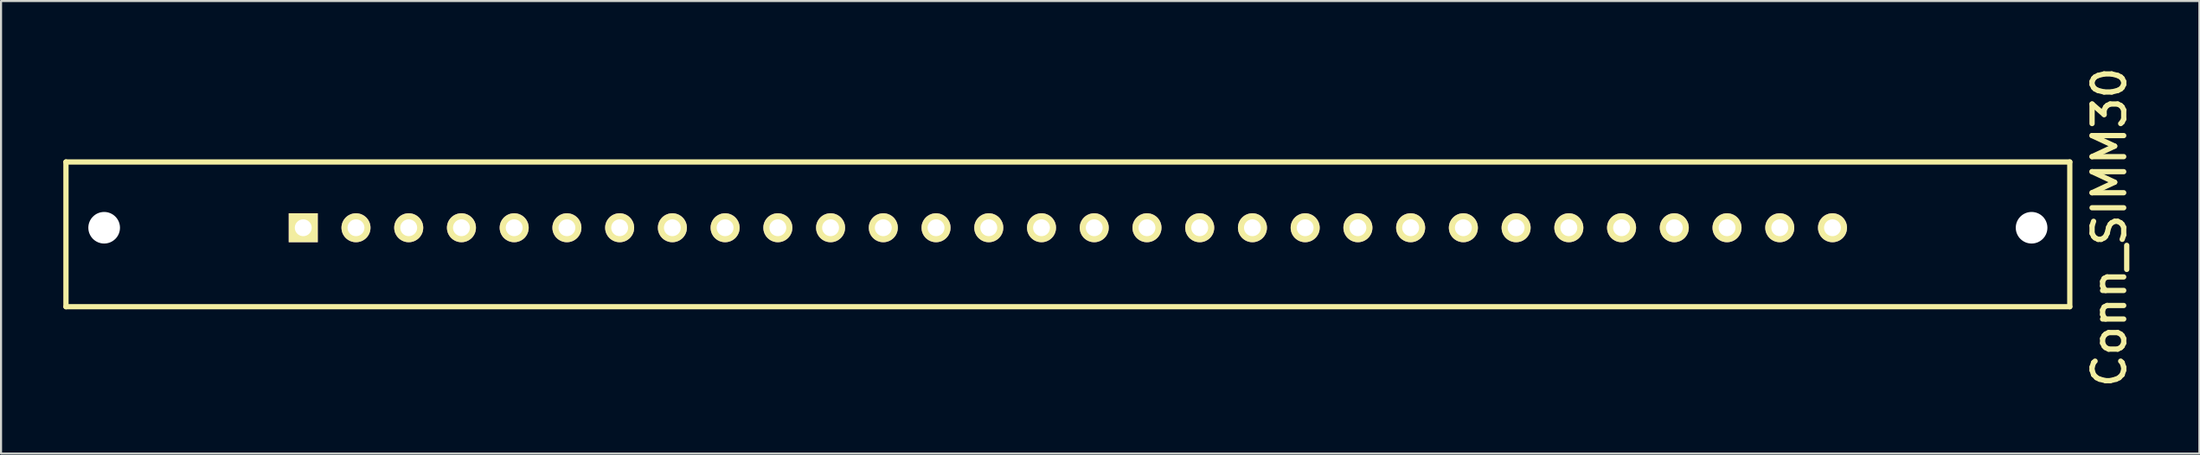
<source format=kicad_pcb>
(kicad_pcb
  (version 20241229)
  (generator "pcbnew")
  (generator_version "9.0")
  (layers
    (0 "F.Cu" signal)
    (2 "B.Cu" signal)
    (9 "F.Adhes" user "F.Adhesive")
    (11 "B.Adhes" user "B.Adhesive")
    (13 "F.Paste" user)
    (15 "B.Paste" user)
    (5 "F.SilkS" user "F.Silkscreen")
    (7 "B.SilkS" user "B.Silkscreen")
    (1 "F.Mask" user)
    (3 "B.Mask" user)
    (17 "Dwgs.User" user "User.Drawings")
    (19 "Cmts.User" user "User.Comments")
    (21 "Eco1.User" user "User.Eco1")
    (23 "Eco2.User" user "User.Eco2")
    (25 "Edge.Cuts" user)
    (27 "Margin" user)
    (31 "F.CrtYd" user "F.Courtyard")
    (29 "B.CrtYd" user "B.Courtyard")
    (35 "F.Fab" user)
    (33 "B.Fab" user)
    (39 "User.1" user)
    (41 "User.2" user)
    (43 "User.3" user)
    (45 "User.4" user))
  (footprint "Conn_SIMM30"
    (layer "F.Cu")
    (at 48.387 7.942)
    (property "Reference" "Conn_SIMM30" (at 50.165 -0.021 90) (layer "F.SilkS") (effects (font (size 1.524 1.524) (thickness 0.254))))
    (attr through_hole)
    (fp_line (start -48.26 -3.175) (end 48.26 -3.175) (stroke (width 0.254) (type solid)) (layer "F.SilkS"))
    (fp_line (start -48.26 3.81) (end -48.26 -3.175) (stroke (width 0.254) (type solid)) (layer "F.SilkS"))
    (fp_line (start 48.26 -3.175) (end 48.26 3.81) (stroke (width 0.254) (type solid)) (layer "F.SilkS"))
    (fp_line (start 48.26 3.81) (end -48.26 3.81) (stroke (width 0.254) (type solid)) (layer "F.SilkS"))
    (pad "" np_thru_hole circle (at -46.42 0) (size 1.524 1.524) (drill 1.524) (layers "*.Cu" "*.Mask"))
    (pad "" np_thru_hole circle (at 46.42 0) (size 1.524 1.524) (drill 1.524) (layers "*.Cu" "*.Mask"))
    (pad "1" thru_hole rect (at -36.83 0) (size 1.397 1.397) (drill 0.813) (layers "*.Cu" "*.Mask" "F.SilkS"))
    (pad "2" thru_hole circle (at -34.29 0) (size 1.397 1.397) (drill 0.813) (layers "*.Cu" "*.Mask" "F.SilkS"))
    (pad "3" thru_hole circle (at -31.75 0) (size 1.397 1.397) (drill 0.813) (layers "*.Cu" "*.Mask" "F.SilkS"))
    (pad "4" thru_hole circle (at -29.21 0) (size 1.397 1.397) (drill 0.813) (layers "*.Cu" "*.Mask" "F.SilkS"))
    (pad "5" thru_hole circle (at -26.67 0) (size 1.397 1.397) (drill 0.813) (layers "*.Cu" "*.Mask" "F.SilkS"))
    (pad "6" thru_hole circle (at -24.13 0) (size 1.397 1.397) (drill 0.813) (layers "*.Cu" "*.Mask" "F.SilkS"))
    (pad "7" thru_hole circle (at -21.59 0) (size 1.397 1.397) (drill 0.813) (layers "*.Cu" "*.Mask" "F.SilkS"))
    (pad "8" thru_hole circle (at -19.05 0) (size 1.397 1.397) (drill 0.813) (layers "*.Cu" "*.Mask" "F.SilkS"))
    (pad "9" thru_hole circle (at -16.51 0) (size 1.397 1.397) (drill 0.813) (layers "*.Cu" "*.Mask" "F.SilkS"))
    (pad "10" thru_hole circle (at -13.97 0) (size 1.397 1.397) (drill 0.813) (layers "*.Cu" "*.Mask" "F.SilkS"))
    (pad "11" thru_hole circle (at -11.43 0) (size 1.397 1.397) (drill 0.813) (layers "*.Cu" "*.Mask" "F.SilkS"))
    (pad "12" thru_hole circle (at -8.89 0) (size 1.397 1.397) (drill 0.813) (layers "*.Cu" "*.Mask" "F.SilkS"))
    (pad "13" thru_hole circle (at -6.35 0) (size 1.397 1.397) (drill 0.813) (layers "*.Cu" "*.Mask" "F.SilkS"))
    (pad "14" thru_hole circle (at -3.81 0) (size 1.397 1.397) (drill 0.813) (layers "*.Cu" "*.Mask" "F.SilkS"))
    (pad "15" thru_hole circle (at -1.27 0) (size 1.397 1.397) (drill 0.813) (layers "*.Cu" "*.Mask" "F.SilkS"))
    (pad "16" thru_hole circle (at 1.27 0) (size 1.397 1.397) (drill 0.813) (layers "*.Cu" "*.Mask" "F.SilkS"))
    (pad "17" thru_hole circle (at 3.81 0) (size 1.397 1.397) (drill 0.813) (layers "*.Cu" "*.Mask" "F.SilkS"))
    (pad "18" thru_hole circle (at 6.35 0) (size 1.397 1.397) (drill 0.813) (layers "*.Cu" "*.Mask" "F.SilkS"))
    (pad "19" thru_hole circle (at 8.89 0) (size 1.397 1.397) (drill 0.813) (layers "*.Cu" "*.Mask" "F.SilkS"))
    (pad "20" thru_hole circle (at 11.43 0) (size 1.397 1.397) (drill 0.813) (layers "*.Cu" "*.Mask" "F.SilkS"))
    (pad "21" thru_hole circle (at 13.97 0) (size 1.397 1.397) (drill 0.813) (layers "*.Cu" "*.Mask" "F.SilkS"))
    (pad "22" thru_hole circle (at 16.51 0) (size 1.397 1.397) (drill 0.813) (layers "*.Cu" "*.Mask" "F.SilkS"))
    (pad "23" thru_hole circle (at 19.05 0) (size 1.397 1.397) (drill 0.813) (layers "*.Cu" "*.Mask" "F.SilkS"))
    (pad "24" thru_hole circle (at 21.59 0) (size 1.397 1.397) (drill 0.813) (layers "*.Cu" "*.Mask" "F.SilkS"))
    (pad "25" thru_hole circle (at 24.13 0) (size 1.397 1.397) (drill 0.813) (layers "*.Cu" "*.Mask" "F.SilkS"))
    (pad "26" thru_hole circle (at 26.67 0) (size 1.397 1.397) (drill 0.813) (layers "*.Cu" "*.Mask" "F.SilkS"))
    (pad "27" thru_hole circle (at 29.21 0) (size 1.397 1.397) (drill 0.813) (layers "*.Cu" "*.Mask" "F.SilkS"))
    (pad "28" thru_hole circle (at 31.75 0) (size 1.397 1.397) (drill 0.813) (layers "*.Cu" "*.Mask" "F.SilkS"))
    (pad "29" thru_hole circle (at 34.29 0) (size 1.397 1.397) (drill 0.813) (layers "*.Cu" "*.Mask" "F.SilkS"))
    (pad "30" thru_hole circle (at 36.83 0) (size 1.397 1.397) (drill 0.813) (layers "*.Cu" "*.Mask" "F.SilkS")))
  (gr_rect
    (start -3 -3)
    (end 102.889 18.842)
    (stroke (width 0.1) (type default))
    (fill no)
    (layer "Edge.Cuts")))
</source>
